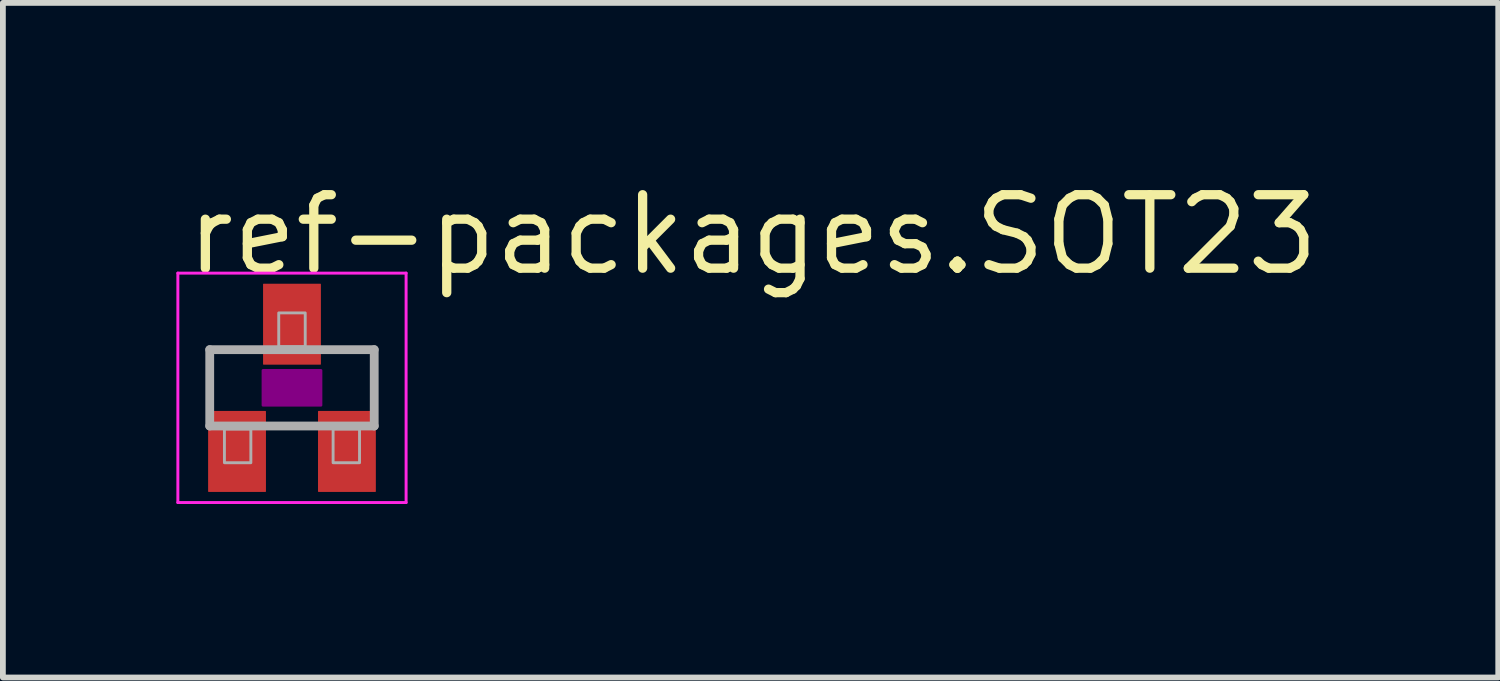
<source format=kicad_pcb>
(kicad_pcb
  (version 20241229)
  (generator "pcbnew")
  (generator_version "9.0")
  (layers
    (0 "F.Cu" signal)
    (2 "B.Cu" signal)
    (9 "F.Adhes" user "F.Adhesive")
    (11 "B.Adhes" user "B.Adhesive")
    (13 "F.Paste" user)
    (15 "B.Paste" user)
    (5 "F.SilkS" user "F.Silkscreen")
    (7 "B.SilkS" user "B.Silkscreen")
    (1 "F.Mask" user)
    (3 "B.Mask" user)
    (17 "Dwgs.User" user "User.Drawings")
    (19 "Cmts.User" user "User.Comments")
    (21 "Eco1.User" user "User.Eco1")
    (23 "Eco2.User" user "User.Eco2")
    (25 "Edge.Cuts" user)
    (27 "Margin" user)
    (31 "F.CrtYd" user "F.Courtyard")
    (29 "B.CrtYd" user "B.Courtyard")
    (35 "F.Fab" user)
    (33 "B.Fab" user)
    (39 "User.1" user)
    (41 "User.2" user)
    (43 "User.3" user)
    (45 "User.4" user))
  (footprint "ref-packages.SOT23"
    (layer "F.Cu")
    (at 1.998 3.655)
    (property "Reference" "ref-packages.SOT23" (at -1.905 -1.905 0) (layer "F.SilkS") (effects (font (size 1.27 1.27) (thickness 0.16)) (justify left bottom)))
    (attr smd)
    (fp_rect (start -0.5 0.3) (end 0.5 -0.3) (stroke (width 0.05) (type default)) (fill yes) (layer "F.Adhes"))
    (fp_line (start -1.973 -1.983) (end 1.973 -1.983) (stroke (width 0.051) (type default)) (layer "F.CrtYd"))
    (fp_line (start -1.973 1.983) (end -1.973 -1.983) (stroke (width 0.051) (type default)) (layer "F.CrtYd"))
    (fp_line (start 1.973 -1.983) (end 1.973 1.983) (stroke (width 0.051) (type default)) (layer "F.CrtYd"))
    (fp_line (start 1.973 1.983) (end -1.973 1.983) (stroke (width 0.051) (type default)) (layer "F.CrtYd"))
    (fp_line (start -1.422 -0.66) (end 1.422 -0.66) (stroke (width 0.152) (type default)) (layer "F.Fab"))
    (fp_line (start -1.422 0.66) (end -1.422 -0.66) (stroke (width 0.152) (type default)) (layer "F.Fab"))
    (fp_line (start 1.422 -0.66) (end 1.422 0.66) (stroke (width 0.152) (type default)) (layer "F.Fab"))
    (fp_line (start 1.422 0.66) (end -1.422 0.66) (stroke (width 0.152) (type default)) (layer "F.Fab"))
    (fp_rect (start -1.168 1.295) (end -0.711 0.711) (stroke (width 0.05) (type default)) (fill no) (layer "F.Fab"))
    (fp_rect (start -0.229 -0.711) (end 0.229 -1.295) (stroke (width 0.05) (type default)) (fill no) (layer "F.Fab"))
    (fp_rect (start 0.711 1.295) (end 1.168 0.711) (stroke (width 0.05) (type default)) (fill no) (layer "F.Fab"))
    (pad "1" smd roundrect (at -0.95 1.1) (size 1 1.4) (layers "F.Cu" "F.Mask" "F.Paste") (roundrect_rratio 0.01))
    (pad "2" smd roundrect (at 0.95 1.1) (size 1 1.4) (layers "F.Cu" "F.Mask" "F.Paste") (roundrect_rratio 0.01))
    (pad "3" smd roundrect (at 0 -1.1) (size 1 1.4) (layers "F.Cu" "F.Mask" "F.Paste") (roundrect_rratio 0.01)))
  (gr_rect
    (start -3 -3)
    (end 22.853 8.663)
    (stroke (width 0.1) (type default))
    (fill no)
    (layer "Edge.Cuts")))
</source>
